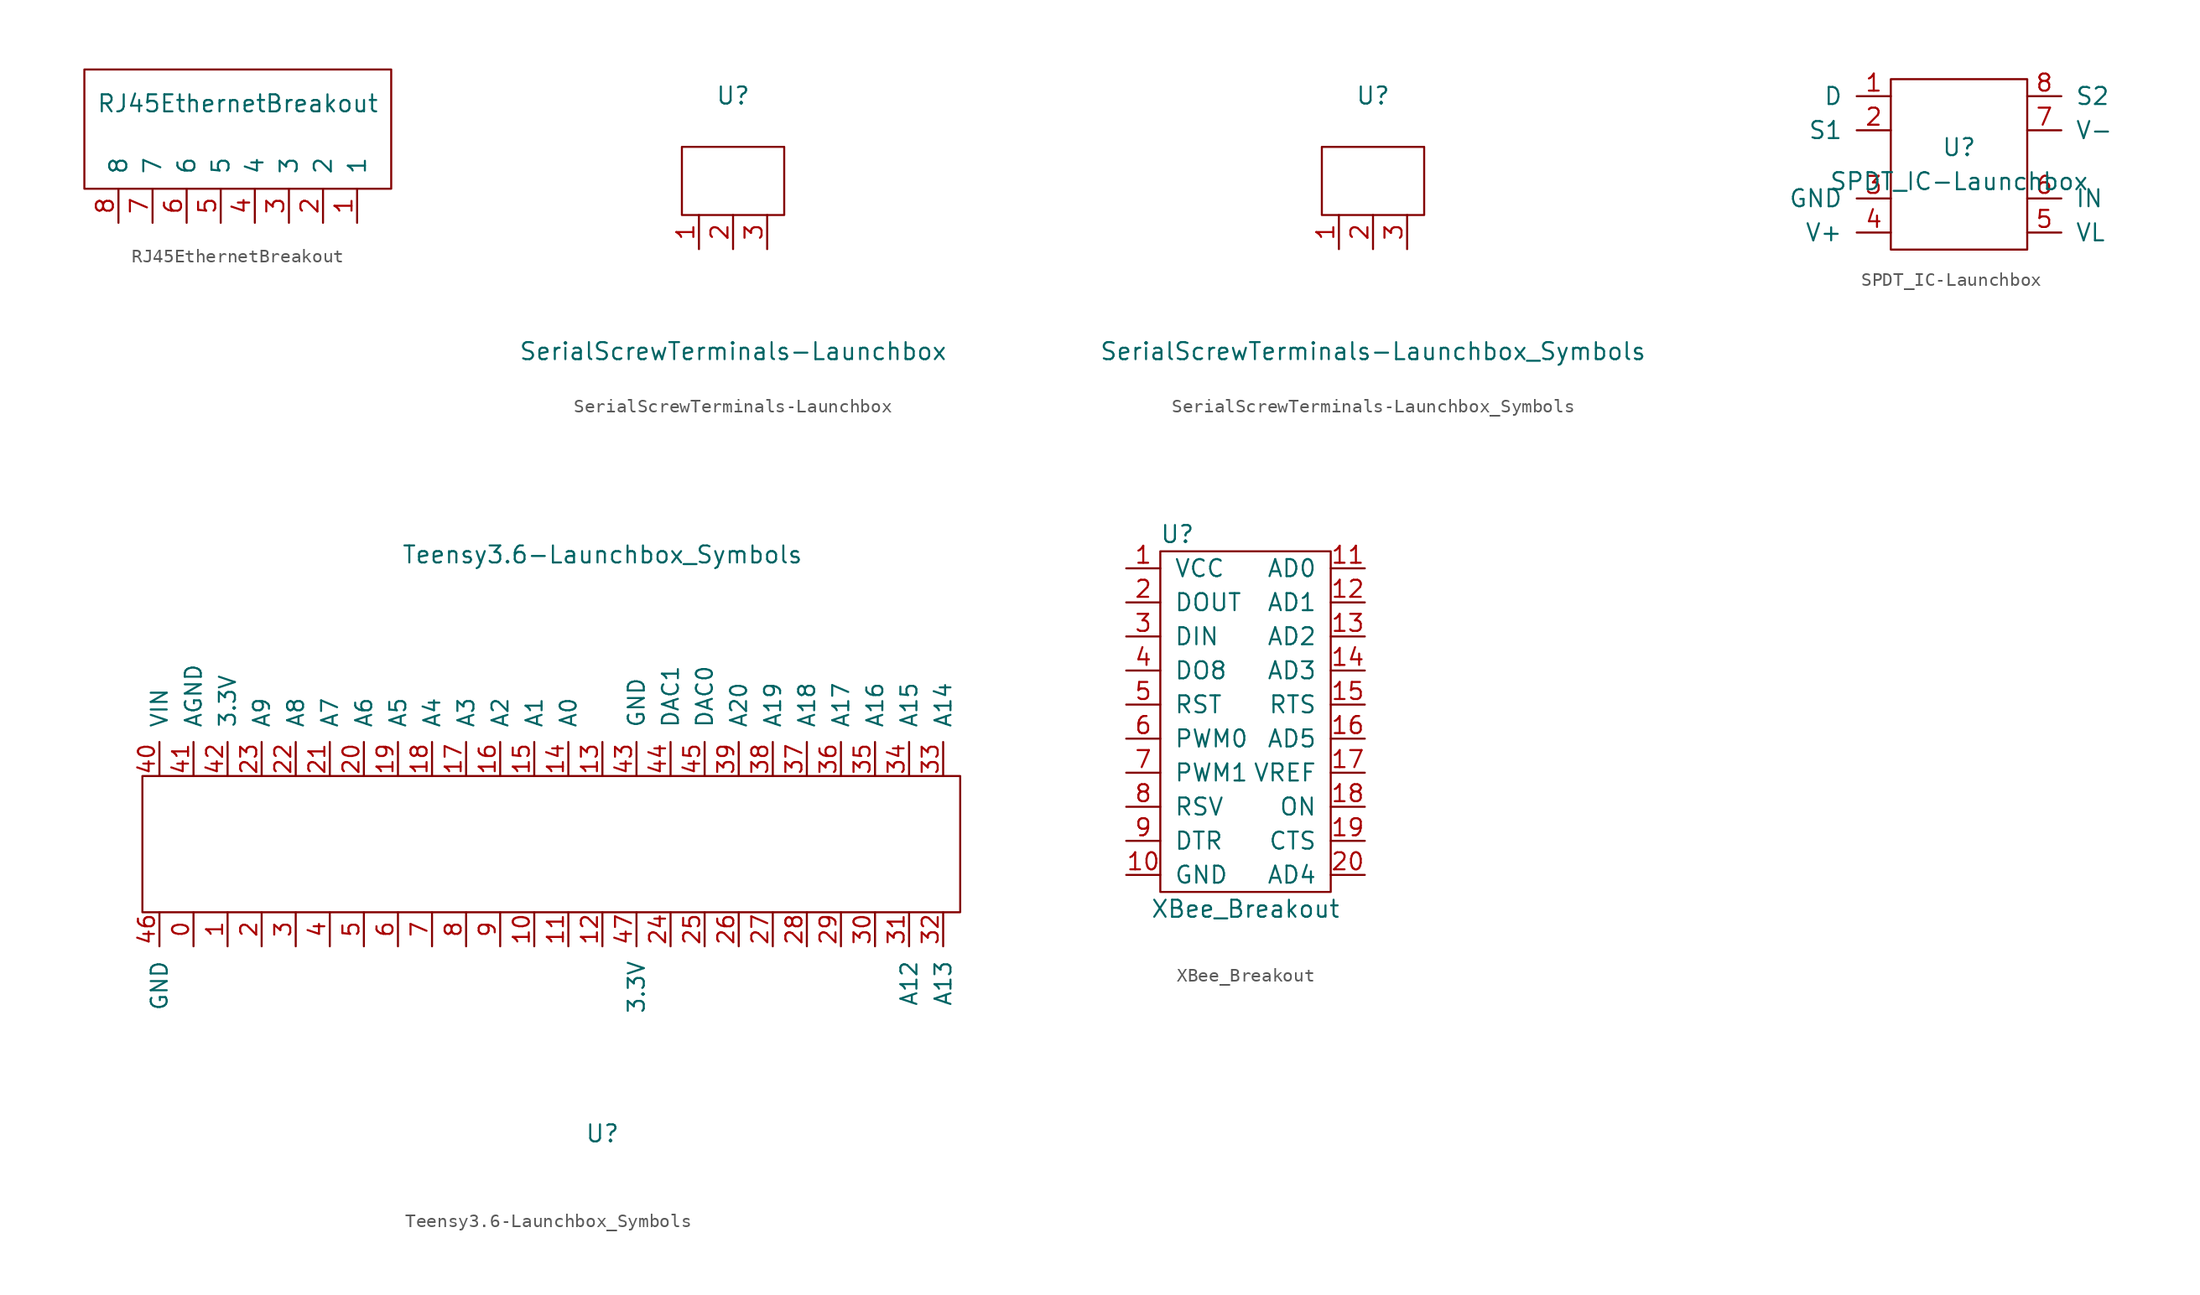
<source format=kicad_sym>
(kicad_symbol_lib
  (version 20211014)
  (generator kicad_symbol_editor)
  (symbol "RJ45EthernetBreakout"
    (pin_names
      (offset 1.016))
    (property "Reference" "Ayo"
      (at 0 1.27 0)
      (effects (font (size 1.27 1.27)) hide))
    (property "Value" "RJ45EthernetBreakout"
      (at 11.43 -2.54 0)
      (effects (font (size 1.27 1.27))))
    (symbol "RJ45EthernetBreakout_0_1"
      (polyline (pts (xy 0 0) (xy 22.86 0) (xy 22.86 -8.89) (xy 0 -8.89) (xy 0 0)) (stroke (width 0) (type default) (color 0 0 0 0)) (fill (type none))))
    (symbol "RJ45EthernetBreakout_1_1"
      (pin output line (at 20.32 -11.43 90) (length 2.54) (name "1" (effects (font (size 1.27 1.27)))) (number "1" (effects (font (size 1.27 1.27)))))
      (pin output line (at 17.78 -11.43 90) (length 2.54) (name "2" (effects (font (size 1.27 1.27)))) (number "2" (effects (font (size 1.27 1.27)))))
      (pin output line (at 15.24 -11.43 90) (length 2.54) (name "3" (effects (font (size 1.27 1.27)))) (number "3" (effects (font (size 1.27 1.27)))))
      (pin output line (at 12.7 -11.43 90) (length 2.54) (name "4" (effects (font (size 1.27 1.27)))) (number "4" (effects (font (size 1.27 1.27)))))
      (pin output line (at 10.16 -11.43 90) (length 2.54) (name "5" (effects (font (size 1.27 1.27)))) (number "5" (effects (font (size 1.27 1.27)))))
      (pin output line (at 7.62 -11.43 90) (length 2.54) (name "6" (effects (font (size 1.27 1.27)))) (number "6" (effects (font (size 1.27 1.27)))))
      (pin output line (at 5.08 -11.43 90) (length 2.54) (name "7" (effects (font (size 1.27 1.27)))) (number "7" (effects (font (size 1.27 1.27)))))
      (pin output line (at 2.54 -11.43 90) (length 2.54) (name "8" (effects (font (size 1.27 1.27)))) (number "8" (effects (font (size 1.27 1.27)))))))
  (symbol "SerialScrewTerminals-Launchbox"
    (pin_names
      (offset 1.016))
    (property "Reference" "U"
      (at 0 8.89 0)
      (effects (font (size 1.27 1.27))))
    (property "Value" "SerialScrewTerminals-Launchbox"
      (at 0 -10.16 0)
      (effects (font (size 1.27 1.27))))
    (symbol "SerialScrewTerminals-Launchbox_0_1"
      (rectangle (start -3.81 0) (end 3.81 5.08) (stroke (width 0) (type default) (color 0 0 0 0)) (fill (type none))))
    (symbol "SerialScrewTerminals-Launchbox_1_1"
      (pin input line (at -2.54 0 270) (length 2.54) (name "~" (effects (font (size 1.27 1.27)))) (number "1" (effects (font (size 1.27 1.27)))))
      (pin input line (at 0 0 270) (length 2.54) (name "~" (effects (font (size 1.27 1.27)))) (number "2" (effects (font (size 1.27 1.27)))))
      (pin input line (at 2.54 0 270) (length 2.54) (name "~" (effects (font (size 1.27 1.27)))) (number "3" (effects (font (size 1.27 1.27)))))))
  (symbol "SerialScrewTerminals-Launchbox_Symbols"
    (pin_names
      (offset 1.016))
    (property "Reference" "U"
      (at 0 8.89 0)
      (effects (font (size 1.27 1.27))))
    (property "Value" "SerialScrewTerminals-Launchbox_Symbols"
      (at 0 -10.16 0)
      (effects (font (size 1.27 1.27))))
    (symbol "SerialScrewTerminals-Launchbox_Symbols_0_1"
      (rectangle (start -3.81 0) (end 3.81 5.08) (stroke (width 0) (type default) (color 0 0 0 0)) (fill (type none))))
    (symbol "SerialScrewTerminals-Launchbox_Symbols_1_1"
      (pin input line (at -2.54 0 270) (length 2.54) (name "~" (effects (font (size 1.27 1.27)))) (number "1" (effects (font (size 1.27 1.27)))))
      (pin input line (at 0 0 270) (length 2.54) (name "~" (effects (font (size 1.27 1.27)))) (number "2" (effects (font (size 1.27 1.27)))))
      (pin input line (at 2.54 0 270) (length 2.54) (name "~" (effects (font (size 1.27 1.27)))) (number "3" (effects (font (size 1.27 1.27)))))))
  (symbol "SPDT_IC-Launchbox"
    (pin_names
      (offset 1.016))
    (property "Reference" "U"
      (at 0 1.27 0)
      (effects (font (size 1.27 1.27))))
    (property "Value" "SPDT_IC-Launchbox"
      (at 0 -1.27 0)
      (effects (font (size 1.27 1.27))))
    (symbol "SPDT_IC-Launchbox_0_1"
      (rectangle (start -5.08 6.35) (end 5.08 -6.35) (stroke (width 0) (type default) (color 0 0 0 0)) (fill (type none))))
    (symbol "SPDT_IC-Launchbox_1_1"
      (pin input line (at -5.08 5.08 180) (length 2.54) (name "D" (effects (font (size 1.27 1.27)))) (number "1" (effects (font (size 1.27 1.27)))))
      (pin input line (at -5.08 2.54 180) (length 2.54) (name "S1" (effects (font (size 1.27 1.27)))) (number "2" (effects (font (size 1.27 1.27)))))
      (pin input line (at -5.08 -2.54 180) (length 2.54) (name "GND" (effects (font (size 1.27 1.27)))) (number "3" (effects (font (size 1.27 1.27)))))
      (pin input line (at -5.08 -5.08 180) (length 2.54) (name "V+" (effects (font (size 1.27 1.27)))) (number "4" (effects (font (size 1.27 1.27)))))
      (pin input line (at 5.08 -5.08 0) (length 2.54) (name "VL" (effects (font (size 1.27 1.27)))) (number "5" (effects (font (size 1.27 1.27)))))
      (pin input line (at 5.08 -2.54 0) (length 2.54) (name "IN" (effects (font (size 1.27 1.27)))) (number "6" (effects (font (size 1.27 1.27)))))
      (pin input line (at 5.08 2.54 0) (length 2.54) (name "V-" (effects (font (size 1.27 1.27)))) (number "7" (effects (font (size 1.27 1.27)))))
      (pin input line (at 5.08 5.08 0) (length 2.54) (name "S2" (effects (font (size 1.27 1.27)))) (number "8" (effects (font (size 1.27 1.27)))))))
  (symbol "Teensy3.6-Launchbox_Symbols"
    (pin_names
      (offset 1.016))
    (property "Reference" "U"
      (at 0 -21.59 0)
      (effects (font (size 1.27 1.27))))
    (property "Value" "Teensy3.6-Launchbox_Symbols"
      (at 0 21.59 0)
      (effects (font (size 1.27 1.27))))
    (symbol "Teensy3.6-Launchbox_Symbols_0_1"
      (rectangle (start -34.29 5.08) (end 26.67 -5.08) (stroke (width 0) (type default) (color 0 0 0 0)) (fill (type none))))
    (symbol "Teensy3.6-Launchbox_Symbols_1_1"
      (pin input line (at -30.48 -5.08 270) (length 2.54) (name "~" (effects (font (size 1.194 1.194)))) (number "0" (effects (font (size 1.194 1.194)))))
      (pin input line (at -27.94 -5.08 270) (length 2.54) (name "~" (effects (font (size 1.194 1.194)))) (number "1" (effects (font (size 1.194 1.194)))))
      (pin input line (at -5.08 -5.08 270) (length 2.54) (name "~" (effects (font (size 1.194 1.194)))) (number "10" (effects (font (size 1.194 1.194)))))
      (pin input line (at -2.54 -5.08 270) (length 2.54) (name "~" (effects (font (size 1.194 1.194)))) (number "11" (effects (font (size 1.194 1.194)))))
      (pin input line (at 0 -5.08 270) (length 2.54) (name "~" (effects (font (size 1.194 1.194)))) (number "12" (effects (font (size 1.194 1.194)))))
      (pin input line (at 0 5.08 90) (length 2.54) (name "~" (effects (font (size 1.194 1.194)))) (number "13" (effects (font (size 1.194 1.194)))))
      (pin input line (at -2.54 5.08 90) (length 2.54) (name "A0" (effects (font (size 1.194 1.194)))) (number "14" (effects (font (size 1.194 1.194)))))
      (pin input line (at -5.08 5.08 90) (length 2.54) (name "A1" (effects (font (size 1.194 1.194)))) (number "15" (effects (font (size 1.194 1.194)))))
      (pin input line (at -7.62 5.08 90) (length 2.54) (name "A2" (effects (font (size 1.194 1.194)))) (number "16" (effects (font (size 1.194 1.194)))))
      (pin input line (at -10.16 5.08 90) (length 2.54) (name "A3" (effects (font (size 1.194 1.194)))) (number "17" (effects (font (size 1.194 1.194)))))
      (pin input line (at -12.7 5.08 90) (length 2.54) (name "A4" (effects (font (size 1.194 1.194)))) (number "18" (effects (font (size 1.194 1.194)))))
      (pin input line (at -15.24 5.08 90) (length 2.54) (name "A5" (effects (font (size 1.194 1.194)))) (number "19" (effects (font (size 1.194 1.194)))))
      (pin input line (at -25.4 -5.08 270) (length 2.54) (name "~" (effects (font (size 1.194 1.194)))) (number "2" (effects (font (size 1.194 1.194)))))
      (pin input line (at -17.78 5.08 90) (length 2.54) (name "A6" (effects (font (size 1.194 1.194)))) (number "20" (effects (font (size 1.194 1.194)))))
      (pin input line (at -20.32 5.08 90) (length 2.54) (name "A7" (effects (font (size 1.194 1.194)))) (number "21" (effects (font (size 1.194 1.194)))))
      (pin input line (at -22.86 5.08 90) (length 2.54) (name "A8" (effects (font (size 1.194 1.194)))) (number "22" (effects (font (size 1.194 1.194)))))
      (pin input line (at -25.4 5.08 90) (length 2.54) (name "A9" (effects (font (size 1.194 1.194)))) (number "23" (effects (font (size 1.194 1.194)))))
      (pin input line (at 5.08 -5.08 270) (length 2.54) (name "~" (effects (font (size 1.194 1.194)))) (number "24" (effects (font (size 1.194 1.194)))))
      (pin input line (at 7.62 -5.08 270) (length 2.54) (name "~" (effects (font (size 1.194 1.194)))) (number "25" (effects (font (size 1.194 1.194)))))
      (pin input line (at 10.16 -5.08 270) (length 2.54) (name "~" (effects (font (size 1.194 1.194)))) (number "26" (effects (font (size 1.194 1.194)))))
      (pin input line (at 12.7 -5.08 270) (length 2.54) (name "~" (effects (font (size 1.194 1.194)))) (number "27" (effects (font (size 1.194 1.194)))))
      (pin input line (at 15.24 -5.08 270) (length 2.54) (name "~" (effects (font (size 1.194 1.194)))) (number "28" (effects (font (size 1.194 1.194)))))
      (pin input line (at 17.78 -5.08 270) (length 2.54) (name "~" (effects (font (size 1.194 1.194)))) (number "29" (effects (font (size 1.194 1.194)))))
      (pin input line (at -22.86 -5.08 270) (length 2.54) (name "~" (effects (font (size 1.194 1.194)))) (number "3" (effects (font (size 1.194 1.194)))))
      (pin input line (at 20.32 -5.08 270) (length 2.54) (name "~" (effects (font (size 1.194 1.194)))) (number "30" (effects (font (size 1.194 1.194)))))
      (pin input line (at 22.86 -5.08 270) (length 2.54) (name "A12" (effects (font (size 1.194 1.194)))) (number "31" (effects (font (size 1.194 1.194)))))
      (pin input line (at 25.4 -5.08 270) (length 2.54) (name "A13" (effects (font (size 1.194 1.194)))) (number "32" (effects (font (size 1.194 1.194)))))
      (pin input line (at 25.4 5.08 90) (length 2.54) (name "A14" (effects (font (size 1.194 1.194)))) (number "33" (effects (font (size 1.194 1.194)))))
      (pin input line (at 22.86 5.08 90) (length 2.54) (name "A15" (effects (font (size 1.194 1.194)))) (number "34" (effects (font (size 1.194 1.194)))))
      (pin input line (at 20.32 5.08 90) (length 2.54) (name "A16" (effects (font (size 1.194 1.194)))) (number "35" (effects (font (size 1.194 1.194)))))
      (pin input line (at 17.78 5.08 90) (length 2.54) (name "A17" (effects (font (size 1.194 1.194)))) (number "36" (effects (font (size 1.194 1.194)))))
      (pin input line (at 15.24 5.08 90) (length 2.54) (name "A18" (effects (font (size 1.194 1.194)))) (number "37" (effects (font (size 1.194 1.194)))))
      (pin input line (at 12.7 5.08 90) (length 2.54) (name "A19" (effects (font (size 1.194 1.194)))) (number "38" (effects (font (size 1.194 1.194)))))
      (pin input line (at 10.16 5.08 90) (length 2.54) (name "A20" (effects (font (size 1.194 1.194)))) (number "39" (effects (font (size 1.194 1.194)))))
      (pin input line (at -20.32 -5.08 270) (length 2.54) (name "~" (effects (font (size 1.194 1.194)))) (number "4" (effects (font (size 1.194 1.194)))))
      (pin input line (at -33.02 5.08 90) (length 2.54) (name "VIN" (effects (font (size 1.194 1.194)))) (number "40" (effects (font (size 1.194 1.194)))))
      (pin input line (at -30.48 5.08 90) (length 2.54) (name "AGND" (effects (font (size 1.194 1.194)))) (number "41" (effects (font (size 1.194 1.194)))))
      (pin input line (at -27.94 5.08 90) (length 2.54) (name "3.3V" (effects (font (size 1.194 1.194)))) (number "42" (effects (font (size 1.194 1.194)))))
      (pin input line (at 2.54 5.08 90) (length 2.54) (name "GND" (effects (font (size 1.194 1.194)))) (number "43" (effects (font (size 1.194 1.194)))))
      (pin input line (at 5.08 5.08 90) (length 2.54) (name "DAC1" (effects (font (size 1.194 1.194)))) (number "44" (effects (font (size 1.194 1.194)))))
      (pin input line (at 7.62 5.08 90) (length 2.54) (name "DAC0" (effects (font (size 1.194 1.194)))) (number "45" (effects (font (size 1.194 1.194)))))
      (pin input line (at -33.02 -5.08 270) (length 2.54) (name "GND" (effects (font (size 1.194 1.194)))) (number "46" (effects (font (size 1.194 1.194)))))
      (pin input line (at 2.54 -5.08 270) (length 2.54) (name "3.3V" (effects (font (size 1.194 1.194)))) (number "47" (effects (font (size 1.194 1.194)))))
      (pin input line (at -17.78 -5.08 270) (length 2.54) (name "~" (effects (font (size 1.194 1.194)))) (number "5" (effects (font (size 1.194 1.194)))))
      (pin input line (at -15.24 -5.08 270) (length 2.54) (name "~" (effects (font (size 1.194 1.194)))) (number "6" (effects (font (size 1.194 1.194)))))
      (pin input line (at -12.7 -5.08 270) (length 2.54) (name "~" (effects (font (size 1.194 1.194)))) (number "7" (effects (font (size 1.194 1.194)))))
      (pin input line (at -10.16 -5.08 270) (length 2.54) (name "~" (effects (font (size 1.194 1.194)))) (number "8" (effects (font (size 1.194 1.194)))))
      (pin input line (at -7.62 -5.08 270) (length 2.54) (name "~" (effects (font (size 1.194 1.194)))) (number "9" (effects (font (size 1.194 1.194)))))))
  (symbol "XBee_Breakout"
    (pin_names
      (offset 1.016))
    (property "Reference" "U"
      (at -5.08 13.97 0)
      (effects (font (size 1.27 1.27))))
    (property "Value" "XBee_Breakout"
      (at 0 -13.97 0)
      (effects (font (size 1.27 1.27))))
    (symbol "XBee_Breakout_0_1"
      (rectangle (start -6.35 12.7) (end 6.35 -12.7) (stroke (width 0) (type default) (color 0 0 0 0)) (fill (type none))))
    (symbol "XBee_Breakout_1_1"
      (pin input line (at -8.89 11.43 0) (length 2.54) (name "VCC" (effects (font (size 1.27 1.27)))) (number "1" (effects (font (size 1.27 1.27)))))
      (pin input line (at -8.89 -11.43 0) (length 2.54) (name "GND" (effects (font (size 1.27 1.27)))) (number "10" (effects (font (size 1.27 1.27)))))
      (pin input line (at 8.89 11.43 180) (length 2.54) (name "AD0" (effects (font (size 1.27 1.27)))) (number "11" (effects (font (size 1.27 1.27)))))
      (pin input line (at 8.89 8.89 180) (length 2.54) (name "AD1" (effects (font (size 1.27 1.27)))) (number "12" (effects (font (size 1.27 1.27)))))
      (pin input line (at 8.89 6.35 180) (length 2.54) (name "AD2" (effects (font (size 1.27 1.27)))) (number "13" (effects (font (size 1.27 1.27)))))
      (pin input line (at 8.89 3.81 180) (length 2.54) (name "AD3" (effects (font (size 1.27 1.27)))) (number "14" (effects (font (size 1.27 1.27)))))
      (pin input line (at 8.89 1.27 180) (length 2.54) (name "RTS" (effects (font (size 1.27 1.27)))) (number "15" (effects (font (size 1.27 1.27)))))
      (pin input line (at 8.89 -1.27 180) (length 2.54) (name "AD5" (effects (font (size 1.27 1.27)))) (number "16" (effects (font (size 1.27 1.27)))))
      (pin input line (at 8.89 -3.81 180) (length 2.54) (name "VREF" (effects (font (size 1.27 1.27)))) (number "17" (effects (font (size 1.27 1.27)))))
      (pin input line (at 8.89 -6.35 180) (length 2.54) (name "ON" (effects (font (size 1.27 1.27)))) (number "18" (effects (font (size 1.27 1.27)))))
      (pin input line (at 8.89 -8.89 180) (length 2.54) (name "CTS" (effects (font (size 1.27 1.27)))) (number "19" (effects (font (size 1.27 1.27)))))
      (pin input line (at -8.89 8.89 0) (length 2.54) (name "DOUT" (effects (font (size 1.27 1.27)))) (number "2" (effects (font (size 1.27 1.27)))))
      (pin input line (at 8.89 -11.43 180) (length 2.54) (name "AD4" (effects (font (size 1.27 1.27)))) (number "20" (effects (font (size 1.27 1.27)))))
      (pin input line (at -8.89 6.35 0) (length 2.54) (name "DIN" (effects (font (size 1.27 1.27)))) (number "3" (effects (font (size 1.27 1.27)))))
      (pin input line (at -8.89 3.81 0) (length 2.54) (name "DO8" (effects (font (size 1.27 1.27)))) (number "4" (effects (font (size 1.27 1.27)))))
      (pin input line (at -8.89 1.27 0) (length 2.54) (name "RST" (effects (font (size 1.27 1.27)))) (number "5" (effects (font (size 1.27 1.27)))))
      (pin input line (at -8.89 -1.27 0) (length 2.54) (name "PWM0" (effects (font (size 1.27 1.27)))) (number "6" (effects (font (size 1.27 1.27)))))
      (pin input line (at -8.89 -3.81 0) (length 2.54) (name "PWM1" (effects (font (size 1.27 1.27)))) (number "7" (effects (font (size 1.27 1.27)))))
      (pin input line (at -8.89 -6.35 0) (length 2.54) (name "RSV" (effects (font (size 1.27 1.27)))) (number "8" (effects (font (size 1.27 1.27)))))
      (pin input line (at -8.89 -8.89 0) (length 2.54) (name "DTR" (effects (font (size 1.27 1.27)))) (number "9" (effects (font (size 1.27 1.27))))))))
</source>
